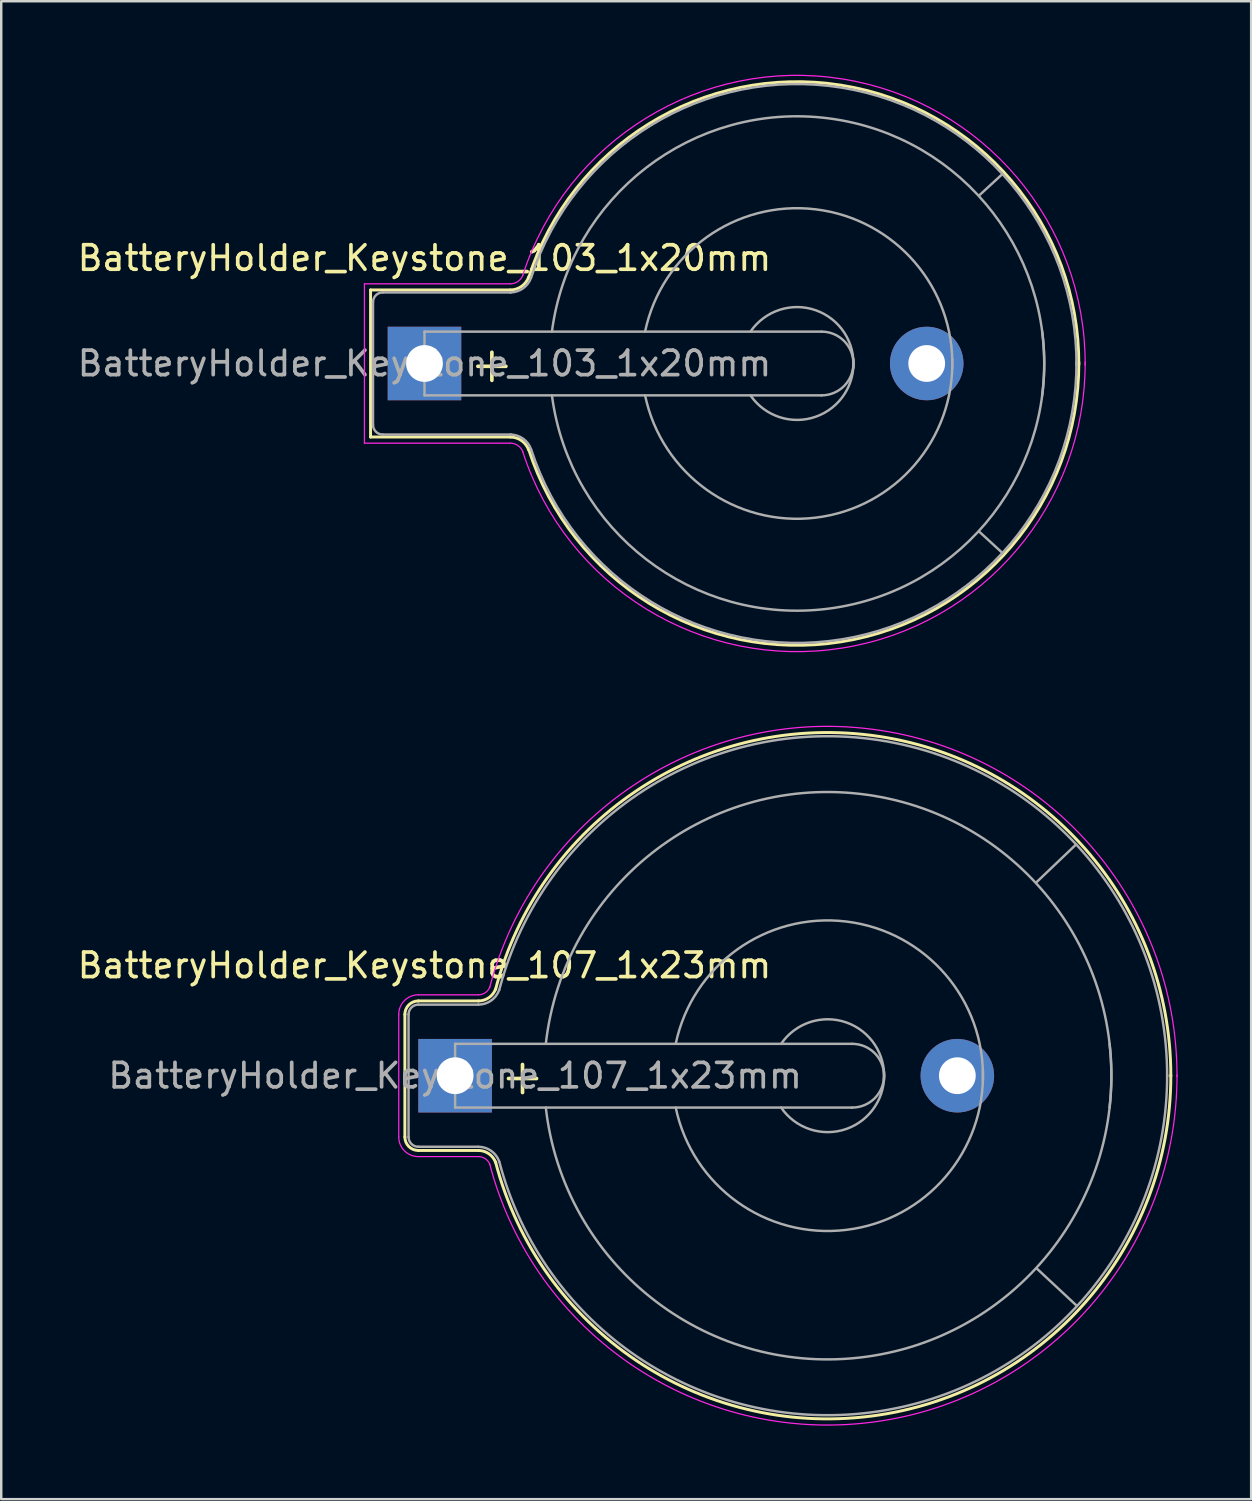
<source format=kicad_pcb>
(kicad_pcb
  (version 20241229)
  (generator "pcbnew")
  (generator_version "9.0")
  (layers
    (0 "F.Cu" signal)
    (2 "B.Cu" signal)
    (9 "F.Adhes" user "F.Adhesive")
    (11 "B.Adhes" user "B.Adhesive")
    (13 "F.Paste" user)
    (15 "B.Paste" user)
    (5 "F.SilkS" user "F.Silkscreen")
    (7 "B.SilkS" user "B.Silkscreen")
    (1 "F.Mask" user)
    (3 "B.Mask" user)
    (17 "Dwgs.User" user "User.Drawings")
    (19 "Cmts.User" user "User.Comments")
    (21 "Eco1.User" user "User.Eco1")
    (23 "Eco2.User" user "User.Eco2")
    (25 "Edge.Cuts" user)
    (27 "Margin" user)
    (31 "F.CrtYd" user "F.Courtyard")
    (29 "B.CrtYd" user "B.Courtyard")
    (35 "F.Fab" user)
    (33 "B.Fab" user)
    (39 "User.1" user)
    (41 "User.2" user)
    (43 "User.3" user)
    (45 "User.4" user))
  (footprint "BatteryHolder_Keystone_103_1x20mm"
    (layer "F.Cu")
    (at 14.268 11.78)
    (property "Reference" "BatteryHolder_Keystone_103_1x20mm" (at 0 -4.3 0) (layer "F.SilkS") (effects (font (size 1 1) (thickness 0.15))))
    (attr through_hole)
    (fp_line (start -2.2 -3) (end 3.5 -3) (stroke (width 0.12) (type solid)) (layer "F.SilkS"))
    (fp_line (start -2.2 3) (end -2.2 -3) (stroke (width 0.12) (type solid)) (layer "F.SilkS"))
    (fp_line (start -2.2 3) (end 3.5 3) (stroke (width 0.12) (type solid)) (layer "F.SilkS"))
    (fp_arc (start 3.5 3) (mid 3.958861 3.144678) (end 4.251754 3.526384) (stroke (width 0.12) (type solid)) (layer "F.SilkS"))
    (fp_arc (start 4.25 -3.5) (mid 16.993514 -11.35499) (end 26.695671 0.045281) (stroke (width 0.12) (type solid)) (layer "F.SilkS"))
    (fp_arc (start 4.251754 -3.526384) (mid 3.958861 -3.144678) (end 3.5 -3) (stroke (width 0.12) (type solid)) (layer "F.SilkS"))
    (fp_arc (start 26.695671 -0.045281) (mid 16.993514 11.354989) (end 4.25 3.5) (stroke (width 0.12) (type solid)) (layer "F.SilkS"))
    (fp_line (start -2.45 -3.25) (end 3.5 -3.25) (stroke (width 0.05) (type solid)) (layer "F.CrtYd"))
    (fp_line (start -2.45 3.25) (end -2.45 -3.25) (stroke (width 0.05) (type solid)) (layer "F.CrtYd"))
    (fp_line (start -2.45 3.25) (end 3.5 3.25) (stroke (width 0.05) (type solid)) (layer "F.CrtYd"))
    (fp_arc (start 3.5 3.25) (mid 3.815467 3.349466) (end 4.016831 3.611889) (stroke (width 0.05) (type solid)) (layer "F.CrtYd"))
    (fp_arc (start 4.01 -3.6) (mid 17.055841 -11.60741) (end 26.954634 0.068483) (stroke (width 0.05) (type solid)) (layer "F.CrtYd"))
    (fp_arc (start 4.016831 -3.611889) (mid 3.815467 -3.349466) (end 3.5 -3.25) (stroke (width 0.05) (type solid)) (layer "F.CrtYd"))
    (fp_arc (start 26.954634 -0.068483) (mid 17.055841 11.60741) (end 4.01 3.6) (stroke (width 0.05) (type solid)) (layer "F.CrtYd"))
    (fp_line (start -2.1 -2.5) (end -2.1 2.5) (stroke (width 0.1) (type solid)) (layer "F.Fab"))
    (fp_line (start -1.7 2.9) (end 3.531 2.9) (stroke (width 0.1) (type solid)) (layer "F.Fab"))
    (fp_line (start 0 -1.3) (end 0 1.3) (stroke (width 0.1) (type solid)) (layer "F.Fab"))
    (fp_line (start 0 1.3) (end 16.2 1.3) (stroke (width 0.1) (type solid)) (layer "F.Fab"))
    (fp_line (start 3.531 -2.9) (end -1.7 -2.9) (stroke (width 0.1) (type solid)) (layer "F.Fab"))
    (fp_line (start 16.2 -1.3) (end 0 -1.3) (stroke (width 0.1) (type solid)) (layer "F.Fab"))
    (fp_line (start 23.571 -7.722) (end 22.631 -6.858) (stroke (width 0.1) (type solid)) (layer "F.Fab"))
    (fp_line (start 23.571 7.722) (end 22.657 6.883) (stroke (width 0.1) (type solid)) (layer "F.Fab"))
    (fp_arc (start -2.1 -2.5) (mid -1.982843 -2.782843) (end -1.7 -2.9) (stroke (width 0.1) (type solid)) (layer "F.Fab"))
    (fp_arc (start -1.7 2.9) (mid -1.982843 2.782843) (end -2.1 2.5) (stroke (width 0.1) (type solid)) (layer "F.Fab"))
    (fp_arc (start 3.5 2.9) (mid 4.016219 3.062763) (end 4.345723 3.492182) (stroke (width 0.1) (type solid)) (layer "F.Fab"))
    (fp_arc (start 4.345723 -3.492182) (mid 4.016219 -3.062763) (end 3.5 -2.9) (stroke (width 0.1) (type solid)) (layer "F.Fab"))
    (fp_arc (start 4.35 -3.5) (mid 17.008726 -11.256154) (end 26.600299 0.075351) (stroke (width 0.1) (type solid)) (layer "F.Fab"))
    (fp_arc (start 5.2 -1.3) (mid 16.5 -10) (end 25.2 1.3) (stroke (width 0.1) (type solid)) (layer "F.Fab"))
    (fp_arc (start 9 -1.3) (mid 15.954687 -6.28971) (end 21.531551 0.203631) (stroke (width 0.1) (type solid)) (layer "F.Fab"))
    (fp_arc (start 13.3 -1.3) (mid 15.963947 -2.171724) (end 17.495448 0.175833) (stroke (width 0.1) (type solid)) (layer "F.Fab"))
    (fp_arc (start 16.2 -1.3) (mid 17.5 0) (end 16.2 1.3) (stroke (width 0.1) (type solid)) (layer "F.Fab"))
    (fp_arc (start 17.495448 -0.175833) (mid 15.963947 2.171724) (end 13.3 1.3) (stroke (width 0.1) (type solid)) (layer "F.Fab"))
    (fp_arc (start 21.531551 -0.203631) (mid 15.954687 6.28971) (end 9 1.3) (stroke (width 0.1) (type solid)) (layer "F.Fab"))
    (fp_arc (start 25.2 -1.3) (mid 16.5 10) (end 5.2 1.3) (stroke (width 0.1) (type solid)) (layer "F.Fab"))
    (fp_arc (start 26.600299 -0.075351) (mid 17.008726 11.256154) (end 4.35 3.5) (stroke (width 0.1) (type solid)) (layer "F.Fab"))
    (fp_text user "+" (at 2.75 0 0) (layer "F.SilkS") (effects (font (size 1.5 1.5) (thickness 0.15))))
    (fp_text user "${REFERENCE}" (at 0 0 0) (layer "F.Fab") (effects (font (size 1 1) (thickness 0.15))))
    (pad "1" thru_hole rect (at 0 0) (size 3 3) (drill 1.5) (layers "*.Cu" "*.Mask"))
    (pad "2" thru_hole circle (at 20.49 0) (size 3 3) (drill 1.5) (layers "*.Cu" "*.Mask")))
  (footprint "BatteryHolder_Keystone_107_1x23mm"
    (layer "F.Cu")
    (at 15.518 40.837)
    (property "Reference" "BatteryHolder_Keystone_107_1x23mm" (at -1.25 -4.5 0) (layer "F.SilkS") (effects (font (size 1 1) (thickness 0.15))))
    (attr through_hole)
    (fp_line (start -2.05 -2.5) (end -2.05 2.5) (stroke (width 0.12) (type solid)) (layer "F.SilkS"))
    (fp_line (start -1.5 3.05) (end 0.95 3.05) (stroke (width 0.12) (type solid)) (layer "F.SilkS"))
    (fp_line (start 0.95 -3.05) (end -1.5 -3.05) (stroke (width 0.12) (type solid)) (layer "F.SilkS"))
    (fp_arc (start -2.05 -2.5) (mid -1.888909 -2.888909) (end -1.5 -3.05) (stroke (width 0.12) (type solid)) (layer "F.SilkS"))
    (fp_arc (start -1.5 3.05) (mid -1.888909 2.888909) (end -2.05 2.5) (stroke (width 0.12) (type solid)) (layer "F.SilkS"))
    (fp_arc (start 0.95 3.05) (mid 1.380182 3.185636) (end 1.654769 3.543485) (stroke (width 0.12) (type solid)) (layer "F.SilkS"))
    (fp_arc (start 1.65 -3.52) (mid 16.981862 -13.885887) (end 29.199738 0.015231) (stroke (width 0.12) (type solid)) (layer "F.SilkS"))
    (fp_arc (start 1.654769 -3.543485) (mid 1.380182 -3.185636) (end 0.95 -3.05) (stroke (width 0.12) (type solid)) (layer "F.SilkS"))
    (fp_arc (start 29.199738 -0.015231) (mid 16.981862 13.885887) (end 1.65 3.52) (stroke (width 0.12) (type solid)) (layer "F.SilkS"))
    (fp_line (start -2.3 -2.5) (end -2.3 2.5) (stroke (width 0.05) (type solid)) (layer "F.CrtYd"))
    (fp_line (start -1.5 3.3) (end 0.95 3.3) (stroke (width 0.05) (type solid)) (layer "F.CrtYd"))
    (fp_line (start 0.95 -3.3) (end -1.5 -3.3) (stroke (width 0.05) (type solid)) (layer "F.CrtYd"))
    (fp_arc (start -2.3 -2.5) (mid -2.065685 -3.065685) (end -1.5 -3.3) (stroke (width 0.05) (type solid)) (layer "F.CrtYd"))
    (fp_arc (start -1.5 3.3) (mid -2.065685 3.065685) (end -2.3 2.5) (stroke (width 0.05) (type solid)) (layer "F.CrtYd"))
    (fp_arc (start 0.95 3.3) (mid 1.236788 3.390424) (end 1.419846 3.62899) (stroke (width 0.05) (type solid)) (layer "F.CrtYd"))
    (fp_arc (start 1.41 -3.6) (mid 17.030934 -14.134065) (end 29.452124 0.032591) (stroke (width 0.05) (type solid)) (layer "F.CrtYd"))
    (fp_arc (start 1.419846 -3.62899) (mid 1.236788 -3.390424) (end 0.95 -3.3) (stroke (width 0.05) (type solid)) (layer "F.CrtYd"))
    (fp_arc (start 29.452124 -0.032591) (mid 17.030934 14.134065) (end 1.41 3.6) (stroke (width 0.05) (type solid)) (layer "F.CrtYd"))
    (fp_line (start -1.9 -2.5) (end -1.9 2.5) (stroke (width 0.1) (type solid)) (layer "F.Fab"))
    (fp_line (start -1.5 2.9) (end 0.95 2.9) (stroke (width 0.1) (type solid)) (layer "F.Fab"))
    (fp_line (start 0 -1.3) (end 0 1.3) (stroke (width 0.1) (type solid)) (layer "F.Fab"))
    (fp_line (start 0 1.3) (end 16.2 1.3) (stroke (width 0.1) (type solid)) (layer "F.Fab"))
    (fp_line (start 0.95 -2.9) (end -1.5 -2.9) (stroke (width 0.1) (type solid)) (layer "F.Fab"))
    (fp_line (start 16.2 -1.3) (end 0 -1.3) (stroke (width 0.1) (type solid)) (layer "F.Fab"))
    (fp_line (start 23.711 -7.887) (end 25.339 -9.439) (stroke (width 0.1) (type solid)) (layer "F.Fab"))
    (fp_line (start 23.724 7.861) (end 25.367 9.391) (stroke (width 0.1) (type solid)) (layer "F.Fab"))
    (fp_arc (start -1.9 -2.5) (mid -1.782843 -2.782843) (end -1.5 -2.9) (stroke (width 0.1) (type solid)) (layer "F.Fab"))
    (fp_arc (start -1.5 2.9) (mid -1.782843 2.782843) (end -1.9 2.5) (stroke (width 0.1) (type solid)) (layer "F.Fab"))
    (fp_arc (start 0.95 2.9) (mid 1.466219 3.062763) (end 1.795723 3.492182) (stroke (width 0.1) (type solid)) (layer "F.Fab"))
    (fp_arc (start 1.795723 -3.492182) (mid 1.466219 -3.062763) (end 0.95 -2.9) (stroke (width 0.1) (type solid)) (layer "F.Fab"))
    (fp_arc (start 1.8 -3.5) (mid 16.980951 -13.734563) (end 29.049508 0.033425) (stroke (width 0.1) (type solid)) (layer "F.Fab"))
    (fp_arc (start 3.7 -1.3) (mid 16.5 -11.5) (end 26.7 1.3) (stroke (width 0.1) (type solid)) (layer "F.Fab"))
    (fp_arc (start 9 -1.3) (mid 15.954687 -6.28971) (end 21.531551 0.203631) (stroke (width 0.1) (type solid)) (layer "F.Fab"))
    (fp_arc (start 13.3 -1.3) (mid 15.963947 -2.171724) (end 17.495448 0.175833) (stroke (width 0.1) (type solid)) (layer "F.Fab"))
    (fp_arc (start 16.2 -1.3) (mid 17.5 0) (end 16.2 1.3) (stroke (width 0.1) (type solid)) (layer "F.Fab"))
    (fp_arc (start 17.495448 -0.175833) (mid 15.963947 2.171724) (end 13.3 1.3) (stroke (width 0.1) (type solid)) (layer "F.Fab"))
    (fp_arc (start 21.531551 -0.203631) (mid 15.954687 6.28971) (end 9 1.3) (stroke (width 0.1) (type solid)) (layer "F.Fab"))
    (fp_arc (start 26.7 -1.3) (mid 16.5 11.5) (end 3.7 1.3) (stroke (width 0.1) (type solid)) (layer "F.Fab"))
    (fp_arc (start 29.049508 -0.033425) (mid 16.980951 13.734561) (end 1.8 3.5) (stroke (width 0.1) (type solid)) (layer "F.Fab"))
    (fp_text user "+" (at 2.75 0 0) (layer "F.SilkS") (effects (font (size 1.5 1.5) (thickness 0.15))))
    (fp_text user "${REFERENCE}" (at 0 0 0) (layer "F.Fab") (effects (font (size 1 1) (thickness 0.15))))
    (pad "1" thru_hole rect (at 0 0) (size 3 3) (drill 1.5) (layers "*.Cu" "*.Mask"))
    (pad "2" thru_hole circle (at 20.49 0) (size 3 3) (drill 1.5) (layers "*.Cu" "*.Mask")))
  (gr_rect
    (start -3 -3)
    (end 47.995 58.114)
    (stroke (width 0.1) (type default))
    (fill no)
    (layer "Edge.Cuts")))
</source>
